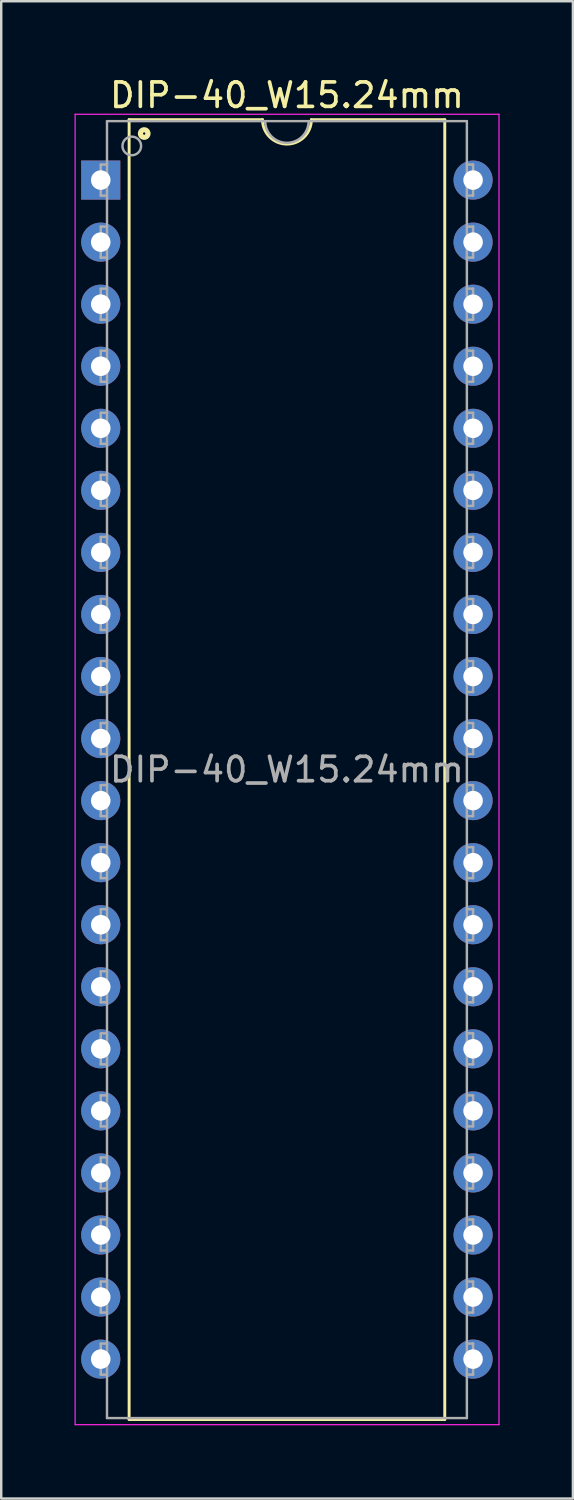
<source format=kicad_pcb>
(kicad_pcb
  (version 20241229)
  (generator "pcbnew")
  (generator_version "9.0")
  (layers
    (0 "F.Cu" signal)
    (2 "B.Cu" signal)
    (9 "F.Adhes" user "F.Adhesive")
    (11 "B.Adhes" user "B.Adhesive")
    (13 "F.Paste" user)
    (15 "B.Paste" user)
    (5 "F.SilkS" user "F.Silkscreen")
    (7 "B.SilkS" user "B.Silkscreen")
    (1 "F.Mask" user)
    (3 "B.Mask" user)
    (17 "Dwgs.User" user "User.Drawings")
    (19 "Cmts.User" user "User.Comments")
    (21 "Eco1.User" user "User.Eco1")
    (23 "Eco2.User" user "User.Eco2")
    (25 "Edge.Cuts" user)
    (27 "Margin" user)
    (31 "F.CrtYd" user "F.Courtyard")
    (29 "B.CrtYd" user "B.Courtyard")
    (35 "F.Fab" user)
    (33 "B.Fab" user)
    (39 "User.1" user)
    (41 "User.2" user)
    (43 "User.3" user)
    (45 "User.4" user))
  (footprint "DIP-40_W15.24mm"
    (layer "F.Cu")
    (at 1.074 4.321)
    (property "Reference" "DIP-40_W15.24mm" (at 7.621 -3.473 0) (layer "F.SilkS") (effects (font (size 1 1) (thickness 0.15))))
    (attr through_hole)
    (fp_line (start 1.161 -2.473) (end 1.161 50.733) (stroke (width 0.12) (type solid)) (layer "F.SilkS"))
    (fp_line (start 1.161 50.733) (end 14.081 50.733) (stroke (width 0.12) (type solid)) (layer "F.SilkS"))
    (fp_line (start 6.621 -2.473) (end 1.161 -2.473) (stroke (width 0.12) (type solid)) (layer "F.SilkS"))
    (fp_line (start 14.081 -2.473) (end 8.621 -2.473) (stroke (width 0.12) (type solid)) (layer "F.SilkS"))
    (fp_line (start 14.081 50.733) (end 14.081 -2.473) (stroke (width 0.12) (type solid)) (layer "F.SilkS"))
    (fp_arc (start 8.621 -2.473) (mid 7.621 -1.473) (end 6.621 -2.473) (stroke (width 0.12) (type solid)) (layer "F.SilkS"))
    (fp_circle (center 1.779 -1.905) (end 1.829 -1.905) (stroke (width 0.12) (type solid)) (fill no) (layer "F.SilkS"))
    (fp_circle (center 1.779 -1.905) (end 1.904 -1.905) (stroke (width 0.12) (type solid)) (fill no) (layer "F.SilkS"))
    (fp_circle (center 1.779 -1.905) (end 1.979 -1.905) (stroke (width 0.12) (type solid)) (fill no) (layer "F.SilkS"))
    (fp_line (start -1.049 -2.693) (end -1.049 50.943) (stroke (width 0.05) (type solid)) (layer "F.CrtYd"))
    (fp_line (start -1.049 50.943) (end 16.301 50.943) (stroke (width 0.05) (type solid)) (layer "F.CrtYd"))
    (fp_line (start 16.301 -2.693) (end -1.049 -2.693) (stroke (width 0.05) (type solid)) (layer "F.CrtYd"))
    (fp_line (start 16.301 50.943) (end 16.301 -2.693) (stroke (width 0.05) (type solid)) (layer "F.CrtYd"))
    (fp_line (start 0 -0.635) (end 0 0.635) (stroke (width 0.1) (type solid)) (layer "F.Fab"))
    (fp_line (start 0 -0.635) (end 0.254 -0.635) (stroke (width 0.1) (type solid)) (layer "F.Fab"))
    (fp_line (start 0 0.635) (end 0.254 0.635) (stroke (width 0.1) (type solid)) (layer "F.Fab"))
    (fp_line (start 0 1.905) (end 0 3.175) (stroke (width 0.1) (type solid)) (layer "F.Fab"))
    (fp_line (start 0 1.905) (end 0.254 1.905) (stroke (width 0.1) (type solid)) (layer "F.Fab"))
    (fp_line (start 0 3.175) (end 0.254 3.175) (stroke (width 0.1) (type solid)) (layer "F.Fab"))
    (fp_line (start 0 4.445) (end 0 5.715) (stroke (width 0.1) (type solid)) (layer "F.Fab"))
    (fp_line (start 0 4.445) (end 0.254 4.445) (stroke (width 0.1) (type solid)) (layer "F.Fab"))
    (fp_line (start 0 5.715) (end 0.254 5.715) (stroke (width 0.1) (type solid)) (layer "F.Fab"))
    (fp_line (start 0 6.985) (end 0 8.255) (stroke (width 0.1) (type solid)) (layer "F.Fab"))
    (fp_line (start 0 6.985) (end 0.254 6.985) (stroke (width 0.1) (type solid)) (layer "F.Fab"))
    (fp_line (start 0 8.255) (end 0.254 8.255) (stroke (width 0.1) (type solid)) (layer "F.Fab"))
    (fp_line (start 0 9.525) (end 0 10.795) (stroke (width 0.1) (type solid)) (layer "F.Fab"))
    (fp_line (start 0 9.525) (end 0.254 9.525) (stroke (width 0.1) (type solid)) (layer "F.Fab"))
    (fp_line (start 0 10.795) (end 0.254 10.795) (stroke (width 0.1) (type solid)) (layer "F.Fab"))
    (fp_line (start 0 12.065) (end 0 13.335) (stroke (width 0.1) (type solid)) (layer "F.Fab"))
    (fp_line (start 0 12.065) (end 0.254 12.065) (stroke (width 0.1) (type solid)) (layer "F.Fab"))
    (fp_line (start 0 13.335) (end 0.254 13.335) (stroke (width 0.1) (type solid)) (layer "F.Fab"))
    (fp_line (start 0 14.605) (end 0 15.875) (stroke (width 0.1) (type solid)) (layer "F.Fab"))
    (fp_line (start 0 14.605) (end 0.254 14.605) (stroke (width 0.1) (type solid)) (layer "F.Fab"))
    (fp_line (start 0 15.875) (end 0.254 15.875) (stroke (width 0.1) (type solid)) (layer "F.Fab"))
    (fp_line (start 0 17.145) (end 0 18.415) (stroke (width 0.1) (type solid)) (layer "F.Fab"))
    (fp_line (start 0 17.145) (end 0.254 17.145) (stroke (width 0.1) (type solid)) (layer "F.Fab"))
    (fp_line (start 0 18.415) (end 0.254 18.415) (stroke (width 0.1) (type solid)) (layer "F.Fab"))
    (fp_line (start 0 19.685) (end 0 20.955) (stroke (width 0.1) (type solid)) (layer "F.Fab"))
    (fp_line (start 0 19.685) (end 0.254 19.685) (stroke (width 0.1) (type solid)) (layer "F.Fab"))
    (fp_line (start 0 20.955) (end 0.254 20.955) (stroke (width 0.1) (type solid)) (layer "F.Fab"))
    (fp_line (start 0 22.225) (end 0 23.495) (stroke (width 0.1) (type solid)) (layer "F.Fab"))
    (fp_line (start 0 22.225) (end 0.254 22.225) (stroke (width 0.1) (type solid)) (layer "F.Fab"))
    (fp_line (start 0 23.495) (end 0.254 23.495) (stroke (width 0.1) (type solid)) (layer "F.Fab"))
    (fp_line (start 0 24.765) (end 0 26.035) (stroke (width 0.1) (type solid)) (layer "F.Fab"))
    (fp_line (start 0 24.765) (end 0.254 24.765) (stroke (width 0.1) (type solid)) (layer "F.Fab"))
    (fp_line (start 0 26.035) (end 0.254 26.035) (stroke (width 0.1) (type solid)) (layer "F.Fab"))
    (fp_line (start 0 27.305) (end 0 28.575) (stroke (width 0.1) (type solid)) (layer "F.Fab"))
    (fp_line (start 0 27.305) (end 0.254 27.305) (stroke (width 0.1) (type solid)) (layer "F.Fab"))
    (fp_line (start 0 28.575) (end 0.254 28.575) (stroke (width 0.1) (type solid)) (layer "F.Fab"))
    (fp_line (start 0 29.845) (end 0 31.115) (stroke (width 0.1) (type solid)) (layer "F.Fab"))
    (fp_line (start 0 29.845) (end 0.254 29.845) (stroke (width 0.1) (type solid)) (layer "F.Fab"))
    (fp_line (start 0 31.115) (end 0.254 31.115) (stroke (width 0.1) (type solid)) (layer "F.Fab"))
    (fp_line (start 0 32.385) (end 0 33.655) (stroke (width 0.1) (type solid)) (layer "F.Fab"))
    (fp_line (start 0 32.385) (end 0.254 32.385) (stroke (width 0.1) (type solid)) (layer "F.Fab"))
    (fp_line (start 0 33.655) (end 0.254 33.655) (stroke (width 0.1) (type solid)) (layer "F.Fab"))
    (fp_line (start 0 34.925) (end 0 36.195) (stroke (width 0.1) (type solid)) (layer "F.Fab"))
    (fp_line (start 0 34.925) (end 0.254 34.925) (stroke (width 0.1) (type solid)) (layer "F.Fab"))
    (fp_line (start 0 36.195) (end 0.254 36.195) (stroke (width 0.1) (type solid)) (layer "F.Fab"))
    (fp_line (start 0 37.465) (end 0 38.735) (stroke (width 0.1) (type solid)) (layer "F.Fab"))
    (fp_line (start 0 37.465) (end 0.254 37.465) (stroke (width 0.1) (type solid)) (layer "F.Fab"))
    (fp_line (start 0 38.735) (end 0.254 38.735) (stroke (width 0.1) (type solid)) (layer "F.Fab"))
    (fp_line (start 0 40.005) (end 0 41.275) (stroke (width 0.1) (type solid)) (layer "F.Fab"))
    (fp_line (start 0 40.005) (end 0.254 40.005) (stroke (width 0.1) (type solid)) (layer "F.Fab"))
    (fp_line (start 0 41.275) (end 0.254 41.275) (stroke (width 0.1) (type solid)) (layer "F.Fab"))
    (fp_line (start 0 42.545) (end 0 43.815) (stroke (width 0.1) (type solid)) (layer "F.Fab"))
    (fp_line (start 0 42.545) (end 0.254 42.545) (stroke (width 0.1) (type solid)) (layer "F.Fab"))
    (fp_line (start 0 43.815) (end 0.254 43.815) (stroke (width 0.1) (type solid)) (layer "F.Fab"))
    (fp_line (start 0 45.085) (end 0 46.355) (stroke (width 0.1) (type solid)) (layer "F.Fab"))
    (fp_line (start 0 45.085) (end 0.254 45.085) (stroke (width 0.1) (type solid)) (layer "F.Fab"))
    (fp_line (start 0 46.355) (end 0.254 46.355) (stroke (width 0.1) (type solid)) (layer "F.Fab"))
    (fp_line (start 0 47.625) (end 0 48.895) (stroke (width 0.1) (type solid)) (layer "F.Fab"))
    (fp_line (start 0 47.625) (end 0.254 47.625) (stroke (width 0.1) (type solid)) (layer "F.Fab"))
    (fp_line (start 0 48.895) (end 0.254 48.895) (stroke (width 0.1) (type solid)) (layer "F.Fab"))
    (fp_line (start 0.256 -2.413) (end 14.986 -2.413) (stroke (width 0.1) (type solid)) (layer "F.Fab"))
    (fp_line (start 0.256 50.673) (end 0.256 -2.413) (stroke (width 0.1) (type solid)) (layer "F.Fab"))
    (fp_line (start 14.986 -2.413) (end 14.986 50.673) (stroke (width 0.1) (type solid)) (layer "F.Fab"))
    (fp_line (start 14.986 50.673) (end 0.256 50.673) (stroke (width 0.1) (type solid)) (layer "F.Fab"))
    (fp_line (start 15.24 -0.635) (end 14.986 -0.635) (stroke (width 0.1) (type solid)) (layer "F.Fab"))
    (fp_line (start 15.24 0.635) (end 14.986 0.635) (stroke (width 0.1) (type solid)) (layer "F.Fab"))
    (fp_line (start 15.24 0.635) (end 15.24 -0.635) (stroke (width 0.1) (type solid)) (layer "F.Fab"))
    (fp_line (start 15.24 1.905) (end 14.986 1.905) (stroke (width 0.1) (type solid)) (layer "F.Fab"))
    (fp_line (start 15.24 3.175) (end 14.986 3.175) (stroke (width 0.1) (type solid)) (layer "F.Fab"))
    (fp_line (start 15.24 3.175) (end 15.24 1.905) (stroke (width 0.1) (type solid)) (layer "F.Fab"))
    (fp_line (start 15.24 4.445) (end 14.986 4.445) (stroke (width 0.1) (type solid)) (layer "F.Fab"))
    (fp_line (start 15.24 5.715) (end 14.986 5.715) (stroke (width 0.1) (type solid)) (layer "F.Fab"))
    (fp_line (start 15.24 5.715) (end 15.24 4.445) (stroke (width 0.1) (type solid)) (layer "F.Fab"))
    (fp_line (start 15.24 6.985) (end 14.986 6.985) (stroke (width 0.1) (type solid)) (layer "F.Fab"))
    (fp_line (start 15.24 8.255) (end 14.986 8.255) (stroke (width 0.1) (type solid)) (layer "F.Fab"))
    (fp_line (start 15.24 8.255) (end 15.24 6.985) (stroke (width 0.1) (type solid)) (layer "F.Fab"))
    (fp_line (start 15.24 9.525) (end 14.986 9.525) (stroke (width 0.1) (type solid)) (layer "F.Fab"))
    (fp_line (start 15.24 10.795) (end 14.986 10.795) (stroke (width 0.1) (type solid)) (layer "F.Fab"))
    (fp_line (start 15.24 10.795) (end 15.24 9.525) (stroke (width 0.1) (type solid)) (layer "F.Fab"))
    (fp_line (start 15.24 12.065) (end 14.986 12.065) (stroke (width 0.1) (type solid)) (layer "F.Fab"))
    (fp_line (start 15.24 13.335) (end 14.986 13.335) (stroke (width 0.1) (type solid)) (layer "F.Fab"))
    (fp_line (start 15.24 13.335) (end 15.24 12.065) (stroke (width 0.1) (type solid)) (layer "F.Fab"))
    (fp_line (start 15.24 14.605) (end 14.986 14.605) (stroke (width 0.1) (type solid)) (layer "F.Fab"))
    (fp_line (start 15.24 15.875) (end 14.986 15.875) (stroke (width 0.1) (type solid)) (layer "F.Fab"))
    (fp_line (start 15.24 15.875) (end 15.24 14.605) (stroke (width 0.1) (type solid)) (layer "F.Fab"))
    (fp_line (start 15.24 17.145) (end 14.986 17.145) (stroke (width 0.1) (type solid)) (layer "F.Fab"))
    (fp_line (start 15.24 18.415) (end 14.986 18.415) (stroke (width 0.1) (type solid)) (layer "F.Fab"))
    (fp_line (start 15.24 18.415) (end 15.24 17.145) (stroke (width 0.1) (type solid)) (layer "F.Fab"))
    (fp_line (start 15.24 19.685) (end 14.986 19.685) (stroke (width 0.1) (type solid)) (layer "F.Fab"))
    (fp_line (start 15.24 20.955) (end 14.986 20.955) (stroke (width 0.1) (type solid)) (layer "F.Fab"))
    (fp_line (start 15.24 20.955) (end 15.24 19.685) (stroke (width 0.1) (type solid)) (layer "F.Fab"))
    (fp_line (start 15.24 22.225) (end 14.986 22.225) (stroke (width 0.1) (type solid)) (layer "F.Fab"))
    (fp_line (start 15.24 23.495) (end 14.986 23.495) (stroke (width 0.1) (type solid)) (layer "F.Fab"))
    (fp_line (start 15.24 23.495) (end 15.24 22.225) (stroke (width 0.1) (type solid)) (layer "F.Fab"))
    (fp_line (start 15.24 24.765) (end 14.986 24.765) (stroke (width 0.1) (type solid)) (layer "F.Fab"))
    (fp_line (start 15.24 26.035) (end 14.986 26.035) (stroke (width 0.1) (type solid)) (layer "F.Fab"))
    (fp_line (start 15.24 26.035) (end 15.24 24.765) (stroke (width 0.1) (type solid)) (layer "F.Fab"))
    (fp_line (start 15.24 27.305) (end 14.986 27.305) (stroke (width 0.1) (type solid)) (layer "F.Fab"))
    (fp_line (start 15.24 28.575) (end 14.986 28.575) (stroke (width 0.1) (type solid)) (layer "F.Fab"))
    (fp_line (start 15.24 28.575) (end 15.24 27.305) (stroke (width 0.1) (type solid)) (layer "F.Fab"))
    (fp_line (start 15.24 29.845) (end 14.986 29.845) (stroke (width 0.1) (type solid)) (layer "F.Fab"))
    (fp_line (start 15.24 31.115) (end 14.986 31.115) (stroke (width 0.1) (type solid)) (layer "F.Fab"))
    (fp_line (start 15.24 31.115) (end 15.24 29.845) (stroke (width 0.1) (type solid)) (layer "F.Fab"))
    (fp_line (start 15.24 32.385) (end 14.986 32.385) (stroke (width 0.1) (type solid)) (layer "F.Fab"))
    (fp_line (start 15.24 33.655) (end 14.986 33.655) (stroke (width 0.1) (type solid)) (layer "F.Fab"))
    (fp_line (start 15.24 33.655) (end 15.24 32.385) (stroke (width 0.1) (type solid)) (layer "F.Fab"))
    (fp_line (start 15.24 34.925) (end 14.986 34.925) (stroke (width 0.1) (type solid)) (layer "F.Fab"))
    (fp_line (start 15.24 36.195) (end 14.986 36.195) (stroke (width 0.1) (type solid)) (layer "F.Fab"))
    (fp_line (start 15.24 36.195) (end 15.24 34.925) (stroke (width 0.1) (type solid)) (layer "F.Fab"))
    (fp_line (start 15.24 37.465) (end 14.986 37.465) (stroke (width 0.1) (type solid)) (layer "F.Fab"))
    (fp_line (start 15.24 38.735) (end 14.986 38.735) (stroke (width 0.1) (type solid)) (layer "F.Fab"))
    (fp_line (start 15.24 38.735) (end 15.24 37.465) (stroke (width 0.1) (type solid)) (layer "F.Fab"))
    (fp_line (start 15.24 40.005) (end 14.986 40.005) (stroke (width 0.1) (type solid)) (layer "F.Fab"))
    (fp_line (start 15.24 41.275) (end 14.986 41.275) (stroke (width 0.1) (type solid)) (layer "F.Fab"))
    (fp_line (start 15.24 41.275) (end 15.24 40.005) (stroke (width 0.1) (type solid)) (layer "F.Fab"))
    (fp_line (start 15.24 42.545) (end 14.986 42.545) (stroke (width 0.1) (type solid)) (layer "F.Fab"))
    (fp_line (start 15.24 43.815) (end 14.986 43.815) (stroke (width 0.1) (type solid)) (layer "F.Fab"))
    (fp_line (start 15.24 43.815) (end 15.24 42.545) (stroke (width 0.1) (type solid)) (layer "F.Fab"))
    (fp_line (start 15.24 45.085) (end 14.986 45.085) (stroke (width 0.1) (type solid)) (layer "F.Fab"))
    (fp_line (start 15.24 46.355) (end 14.986 46.355) (stroke (width 0.1) (type solid)) (layer "F.Fab"))
    (fp_line (start 15.24 46.355) (end 15.24 45.085) (stroke (width 0.1) (type solid)) (layer "F.Fab"))
    (fp_line (start 15.24 47.625) (end 14.986 47.625) (stroke (width 0.1) (type solid)) (layer "F.Fab"))
    (fp_line (start 15.24 48.895) (end 14.986 48.895) (stroke (width 0.1) (type solid)) (layer "F.Fab"))
    (fp_line (start 15.24 48.895) (end 15.24 47.625) (stroke (width 0.1) (type solid)) (layer "F.Fab"))
    (fp_arc (start 8.509 -2.413) (mid 7.62 -1.524) (end 6.731 -2.413) (stroke (width 0.1) (type solid)) (layer "F.Fab"))
    (fp_circle (center 1.27 -1.397) (end 1.651 -1.397) (stroke (width 0.1) (type solid)) (fill no) (layer "F.Fab"))
    (fp_text user "${REFERENCE}" (at 7.62 24.13 0) (layer "F.Fab") (effects (font (size 1 1) (thickness 0.15))))
    (pad "1" thru_hole rect (at 0 0) (size 1.6 1.6) (drill 0.8) (layers "*.Cu" "*.Mask"))
    (pad "2" thru_hole oval (at 0 2.54) (size 1.6 1.6) (drill 0.8) (layers "*.Cu" "*.Mask"))
    (pad "3" thru_hole oval (at 0 5.08) (size 1.6 1.6) (drill 0.8) (layers "*.Cu" "*.Mask"))
    (pad "4" thru_hole oval (at 0 7.62) (size 1.6 1.6) (drill 0.8) (layers "*.Cu" "*.Mask"))
    (pad "5" thru_hole oval (at 0 10.16) (size 1.6 1.6) (drill 0.8) (layers "*.Cu" "*.Mask"))
    (pad "6" thru_hole oval (at 0 12.7) (size 1.6 1.6) (drill 0.8) (layers "*.Cu" "*.Mask"))
    (pad "7" thru_hole oval (at 0 15.24) (size 1.6 1.6) (drill 0.8) (layers "*.Cu" "*.Mask"))
    (pad "8" thru_hole oval (at 0 17.78) (size 1.6 1.6) (drill 0.8) (layers "*.Cu" "*.Mask"))
    (pad "9" thru_hole oval (at 0 20.32) (size 1.6 1.6) (drill 0.8) (layers "*.Cu" "*.Mask"))
    (pad "10" thru_hole oval (at 0 22.86) (size 1.6 1.6) (drill 0.8) (layers "*.Cu" "*.Mask"))
    (pad "11" thru_hole oval (at 0 25.4) (size 1.6 1.6) (drill 0.8) (layers "*.Cu" "*.Mask"))
    (pad "12" thru_hole oval (at 0 27.94) (size 1.6 1.6) (drill 0.8) (layers "*.Cu" "*.Mask"))
    (pad "13" thru_hole oval (at 0 30.48) (size 1.6 1.6) (drill 0.8) (layers "*.Cu" "*.Mask"))
    (pad "14" thru_hole oval (at 0 33.02) (size 1.6 1.6) (drill 0.8) (layers "*.Cu" "*.Mask"))
    (pad "15" thru_hole oval (at 0 35.56) (size 1.6 1.6) (drill 0.8) (layers "*.Cu" "*.Mask"))
    (pad "16" thru_hole oval (at 0 38.1) (size 1.6 1.6) (drill 0.8) (layers "*.Cu" "*.Mask"))
    (pad "17" thru_hole oval (at 0 40.64) (size 1.6 1.6) (drill 0.8) (layers "*.Cu" "*.Mask"))
    (pad "18" thru_hole oval (at 0 43.18) (size 1.6 1.6) (drill 0.8) (layers "*.Cu" "*.Mask"))
    (pad "19" thru_hole oval (at 0 45.72) (size 1.6 1.6) (drill 0.8) (layers "*.Cu" "*.Mask"))
    (pad "20" thru_hole oval (at 0 48.26) (size 1.6 1.6) (drill 0.8) (layers "*.Cu" "*.Mask"))
    (pad "21" thru_hole oval (at 15.24 48.26) (size 1.6 1.6) (drill 0.8) (layers "*.Cu" "*.Mask"))
    (pad "22" thru_hole oval (at 15.24 45.72) (size 1.6 1.6) (drill 0.8) (layers "*.Cu" "*.Mask"))
    (pad "23" thru_hole oval (at 15.24 43.18) (size 1.6 1.6) (drill 0.8) (layers "*.Cu" "*.Mask"))
    (pad "24" thru_hole oval (at 15.24 40.64) (size 1.6 1.6) (drill 0.8) (layers "*.Cu" "*.Mask"))
    (pad "25" thru_hole oval (at 15.24 38.1) (size 1.6 1.6) (drill 0.8) (layers "*.Cu" "*.Mask"))
    (pad "26" thru_hole oval (at 15.24 35.56) (size 1.6 1.6) (drill 0.8) (layers "*.Cu" "*.Mask"))
    (pad "27" thru_hole oval (at 15.24 33.02) (size 1.6 1.6) (drill 0.8) (layers "*.Cu" "*.Mask"))
    (pad "28" thru_hole oval (at 15.24 30.48) (size 1.6 1.6) (drill 0.8) (layers "*.Cu" "*.Mask"))
    (pad "29" thru_hole oval (at 15.24 27.94) (size 1.6 1.6) (drill 0.8) (layers "*.Cu" "*.Mask"))
    (pad "30" thru_hole oval (at 15.24 25.4) (size 1.6 1.6) (drill 0.8) (layers "*.Cu" "*.Mask"))
    (pad "31" thru_hole oval (at 15.24 22.86) (size 1.6 1.6) (drill 0.8) (layers "*.Cu" "*.Mask"))
    (pad "32" thru_hole oval (at 15.24 20.32) (size 1.6 1.6) (drill 0.8) (layers "*.Cu" "*.Mask"))
    (pad "33" thru_hole oval (at 15.24 17.78) (size 1.6 1.6) (drill 0.8) (layers "*.Cu" "*.Mask"))
    (pad "34" thru_hole oval (at 15.24 15.24) (size 1.6 1.6) (drill 0.8) (layers "*.Cu" "*.Mask"))
    (pad "35" thru_hole oval (at 15.24 12.7) (size 1.6 1.6) (drill 0.8) (layers "*.Cu" "*.Mask"))
    (pad "36" thru_hole oval (at 15.24 10.16) (size 1.6 1.6) (drill 0.8) (layers "*.Cu" "*.Mask"))
    (pad "37" thru_hole oval (at 15.24 7.62) (size 1.6 1.6) (drill 0.8) (layers "*.Cu" "*.Mask"))
    (pad "38" thru_hole oval (at 15.24 5.08) (size 1.6 1.6) (drill 0.8) (layers "*.Cu" "*.Mask"))
    (pad "39" thru_hole oval (at 15.24 2.54) (size 1.6 1.6) (drill 0.8) (layers "*.Cu" "*.Mask"))
    (pad "40" thru_hole oval (at 15.24 0) (size 1.6 1.6) (drill 0.8) (layers "*.Cu" "*.Mask")))
  (gr_rect
    (start -3 -3)
    (end 20.4 58.289)
    (stroke (width 0.1) (type default))
    (fill no)
    (layer "Edge.Cuts")))
</source>
